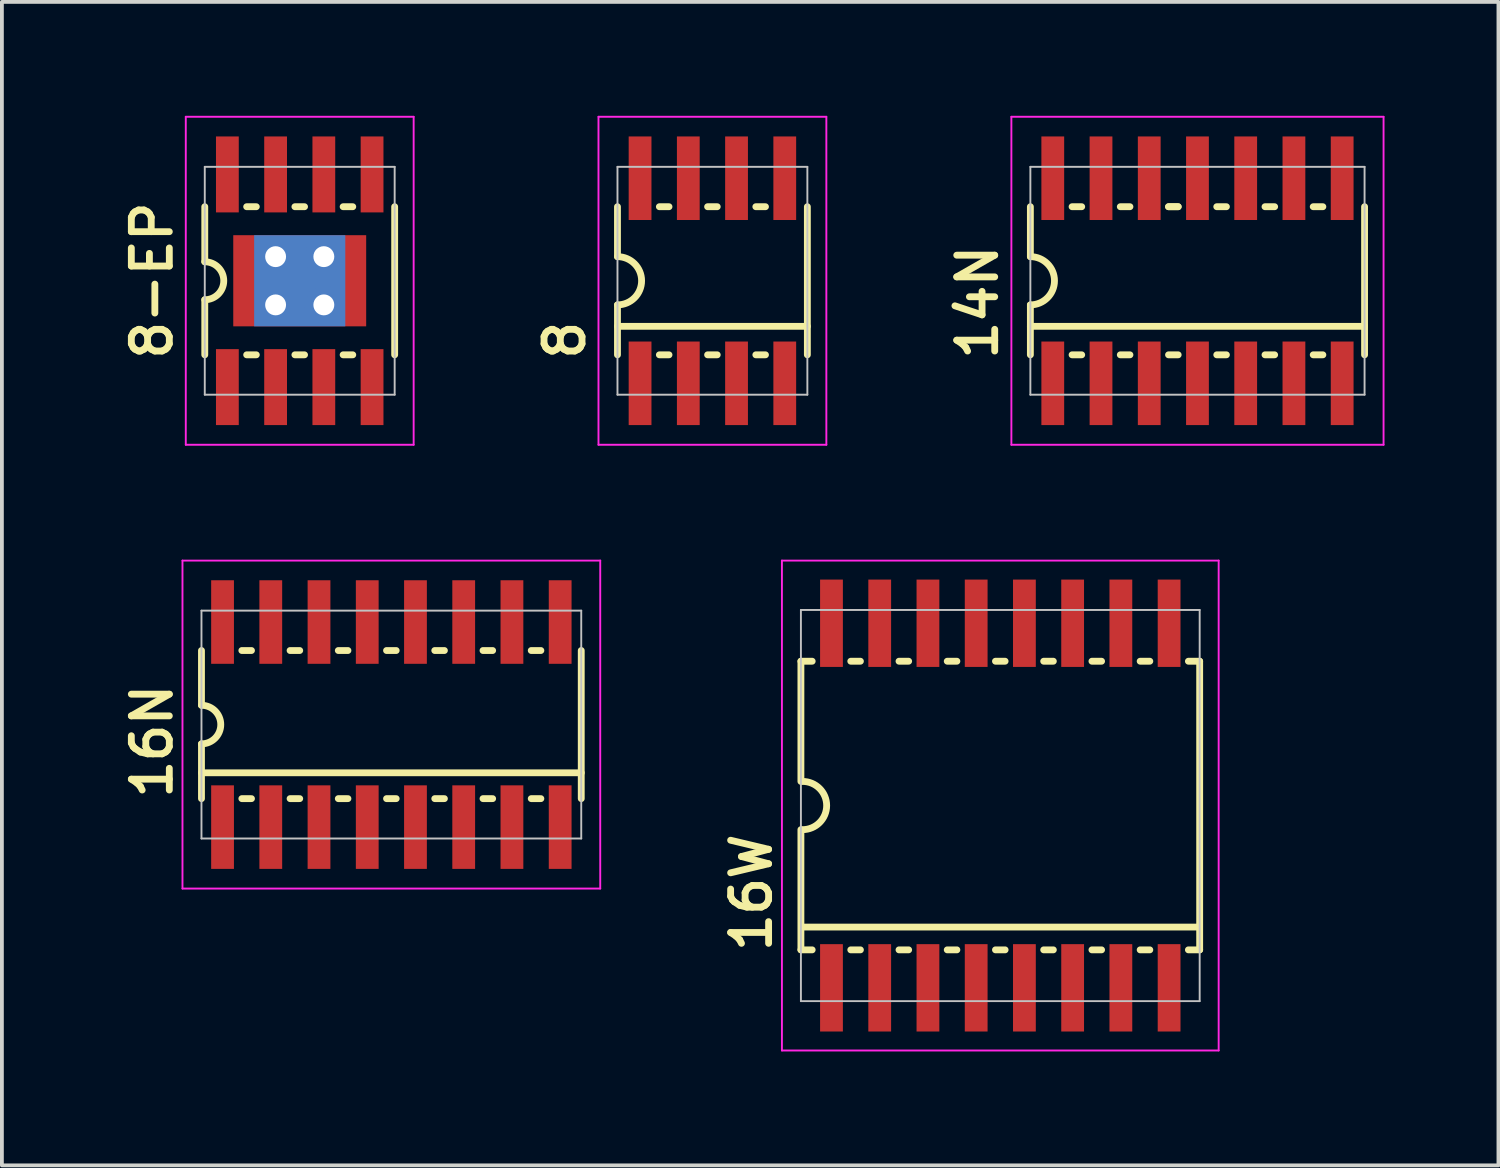
<source format=kicad_pcb>
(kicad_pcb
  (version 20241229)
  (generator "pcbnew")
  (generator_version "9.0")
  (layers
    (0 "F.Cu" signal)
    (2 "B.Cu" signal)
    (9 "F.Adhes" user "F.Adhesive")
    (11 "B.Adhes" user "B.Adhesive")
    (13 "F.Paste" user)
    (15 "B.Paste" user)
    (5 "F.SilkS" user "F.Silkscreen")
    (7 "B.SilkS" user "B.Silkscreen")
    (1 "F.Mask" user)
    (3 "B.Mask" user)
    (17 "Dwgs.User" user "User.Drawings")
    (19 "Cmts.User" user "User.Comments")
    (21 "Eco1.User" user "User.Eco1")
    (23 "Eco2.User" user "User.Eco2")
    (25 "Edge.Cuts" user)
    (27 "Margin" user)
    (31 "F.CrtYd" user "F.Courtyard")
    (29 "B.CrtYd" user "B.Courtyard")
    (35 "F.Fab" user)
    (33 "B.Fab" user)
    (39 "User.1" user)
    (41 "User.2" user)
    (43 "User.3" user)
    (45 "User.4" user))
  (footprint "8"
    (layer "F.Cu")
    (at 15.709 4.343)
    (property "Reference" "8" (at -3.302 2.159 90) (layer "F.SilkS") (effects (font (size 1 1) (thickness 0.18)) (justify left bottom)))
    (attr through_hole)
    (fp_line (start -2.5 -0.635) (end -2.5 -1.95) (stroke (width 0.18) (type solid)) (layer "F.SilkS"))
    (fp_line (start -2.5 1.95) (end -2.5 0.635) (stroke (width 0.18) (type solid)) (layer "F.SilkS"))
    (fp_line (start -1.397 -1.95) (end -1.143 -1.95) (stroke (width 0.18) (type solid)) (layer "F.SilkS"))
    (fp_line (start -1.397 1.95) (end -1.143 1.95) (stroke (width 0.18) (type solid)) (layer "F.SilkS"))
    (fp_line (start -0.127 -1.95) (end 0.127 -1.95) (stroke (width 0.18) (type solid)) (layer "F.SilkS"))
    (fp_line (start -0.127 1.95) (end 0.127 1.95) (stroke (width 0.18) (type solid)) (layer "F.SilkS"))
    (fp_line (start 1.143 -1.95) (end 1.397 -1.95) (stroke (width 0.18) (type solid)) (layer "F.SilkS"))
    (fp_line (start 1.143 1.95) (end 1.397 1.95) (stroke (width 0.18) (type solid)) (layer "F.SilkS"))
    (fp_line (start 2.5 -1.95) (end 2.5 1.95) (stroke (width 0.18) (type solid)) (layer "F.SilkS"))
    (fp_line (start 2.5 1.2) (end -2.5 1.2) (stroke (width 0.18) (type solid)) (layer "F.SilkS"))
    (fp_arc (start -2.5 -0.635) (mid -1.865 0) (end -2.5 0.635) (stroke (width 0.18) (type solid)) (layer "F.SilkS"))
    (fp_line (start -2.5 -3) (end -2.5 3) (stroke (width 0.05) (type solid)) (layer "Dwgs.User"))
    (fp_line (start -2.5 -3) (end 2.5 -3) (stroke (width 0.05) (type solid)) (layer "Dwgs.User"))
    (fp_line (start -2.5 3) (end 2.5 3) (stroke (width 0.05) (type solid)) (layer "Dwgs.User"))
    (fp_line (start 2.5 3) (end 2.5 -3) (stroke (width 0.05) (type solid)) (layer "Dwgs.User"))
    (fp_line (start -3 -4.318) (end 3 -4.318) (stroke (width 0.05) (type solid)) (layer "F.CrtYd"))
    (fp_line (start -3 4.318) (end -3 -4.318) (stroke (width 0.05) (type solid)) (layer "F.CrtYd"))
    (fp_line (start 3 -4.318) (end 3 4.318) (stroke (width 0.05) (type solid)) (layer "F.CrtYd"))
    (fp_line (start 3 4.318) (end -3 4.318) (stroke (width 0.05) (type solid)) (layer "F.CrtYd"))
    (pad "1" smd rect (at -1.905 2.7) (size 0.6 2.2) (layers "F.Cu" "F.Mask" "F.Paste"))
    (pad "2" smd rect (at -0.635 2.7) (size 0.6 2.2) (layers "F.Cu" "F.Mask" "F.Paste"))
    (pad "3" smd rect (at 0.635 2.7) (size 0.6 2.2) (layers "F.Cu" "F.Mask" "F.Paste"))
    (pad "4" smd rect (at 1.905 2.7) (size 0.6 2.2) (layers "F.Cu" "F.Mask" "F.Paste"))
    (pad "5" smd rect (at 1.905 -2.7) (size 0.6 2.2) (layers "F.Cu" "F.Mask" "F.Paste"))
    (pad "6" smd rect (at 0.635 -2.7) (size 0.6 2.2) (layers "F.Cu" "F.Mask" "F.Paste"))
    (pad "7" smd rect (at -0.635 -2.7) (size 0.6 2.2) (layers "F.Cu" "F.Mask" "F.Paste"))
    (pad "8" smd rect (at -1.905 -2.7) (size 0.6 2.2) (layers "F.Cu" "F.Mask" "F.Paste")))
  (footprint "16N"
    (layer "F.Cu")
    (at 7.255 16.029)
    (property "Reference" "16N" (at -5.715 2.032 90) (layer "F.SilkS") (effects (font (size 1 1) (thickness 0.18)) (justify left bottom)))
    (attr through_hole)
    (fp_line (start -5 -1.95) (end -5 -0.508) (stroke (width 0.18) (type solid)) (layer "F.SilkS"))
    (fp_line (start -5 0.508) (end -5 1.95) (stroke (width 0.18) (type solid)) (layer "F.SilkS"))
    (fp_line (start -5 1.27) (end 5 1.27) (stroke (width 0.18) (type solid)) (layer "F.SilkS"))
    (fp_line (start -3.937 -1.95) (end -3.683 -1.95) (stroke (width 0.18) (type solid)) (layer "F.SilkS"))
    (fp_line (start -3.937 1.95) (end -3.683 1.95) (stroke (width 0.18) (type solid)) (layer "F.SilkS"))
    (fp_line (start -2.667 -1.95) (end -2.413 -1.95) (stroke (width 0.18) (type solid)) (layer "F.SilkS"))
    (fp_line (start -2.667 1.95) (end -2.413 1.95) (stroke (width 0.18) (type solid)) (layer "F.SilkS"))
    (fp_line (start -1.397 -1.95) (end -1.143 -1.95) (stroke (width 0.18) (type solid)) (layer "F.SilkS"))
    (fp_line (start -1.397 1.95) (end -1.143 1.95) (stroke (width 0.18) (type solid)) (layer "F.SilkS"))
    (fp_line (start -0.127 -1.95) (end 0.127 -1.95) (stroke (width 0.18) (type solid)) (layer "F.SilkS"))
    (fp_line (start -0.127 1.95) (end 0.127 1.95) (stroke (width 0.18) (type solid)) (layer "F.SilkS"))
    (fp_line (start 1.143 -1.95) (end 1.397 -1.95) (stroke (width 0.18) (type solid)) (layer "F.SilkS"))
    (fp_line (start 1.143 1.95) (end 1.397 1.95) (stroke (width 0.18) (type solid)) (layer "F.SilkS"))
    (fp_line (start 2.413 -1.95) (end 2.667 -1.95) (stroke (width 0.18) (type solid)) (layer "F.SilkS"))
    (fp_line (start 2.413 1.95) (end 2.667 1.95) (stroke (width 0.18) (type solid)) (layer "F.SilkS"))
    (fp_line (start 3.683 -1.95) (end 3.937 -1.95) (stroke (width 0.18) (type solid)) (layer "F.SilkS"))
    (fp_line (start 3.683 1.95) (end 3.937 1.95) (stroke (width 0.18) (type solid)) (layer "F.SilkS"))
    (fp_line (start 5 1.95) (end 5 -1.95) (stroke (width 0.18) (type solid)) (layer "F.SilkS"))
    (fp_arc (start -5 -0.508) (mid -4.492 0) (end -5 0.508) (stroke (width 0.18) (type solid)) (layer "F.SilkS"))
    (fp_line (start -5 -3) (end 5 -3) (stroke (width 0.05) (type solid)) (layer "Dwgs.User"))
    (fp_line (start -5 3) (end -5 -3) (stroke (width 0.05) (type solid)) (layer "Dwgs.User"))
    (fp_line (start -5 3) (end 5 3) (stroke (width 0.05) (type solid)) (layer "Dwgs.User"))
    (fp_line (start 5 3) (end 5 -3) (stroke (width 0.05) (type solid)) (layer "Dwgs.User"))
    (fp_line (start -5.5 -4.318) (end 5.5 -4.318) (stroke (width 0.05) (type solid)) (layer "F.CrtYd"))
    (fp_line (start -5.5 4.318) (end -5.5 -4.318) (stroke (width 0.05) (type solid)) (layer "F.CrtYd"))
    (fp_line (start 5.5 -4.318) (end 5.5 4.318) (stroke (width 0.05) (type solid)) (layer "F.CrtYd"))
    (fp_line (start 5.5 4.318) (end -5.5 4.318) (stroke (width 0.05) (type solid)) (layer "F.CrtYd"))
    (pad "1" smd rect (at -4.445 2.7) (size 0.6 2.2) (layers "F.Cu" "F.Mask" "F.Paste"))
    (pad "2" smd rect (at -3.175 2.7) (size 0.6 2.2) (layers "F.Cu" "F.Mask" "F.Paste"))
    (pad "3" smd rect (at -1.905 2.7) (size 0.6 2.2) (layers "F.Cu" "F.Mask" "F.Paste"))
    (pad "4" smd rect (at -0.635 2.7) (size 0.6 2.2) (layers "F.Cu" "F.Mask" "F.Paste"))
    (pad "5" smd rect (at 0.635 2.7) (size 0.6 2.2) (layers "F.Cu" "F.Mask" "F.Paste"))
    (pad "6" smd rect (at 1.905 2.7) (size 0.6 2.2) (layers "F.Cu" "F.Mask" "F.Paste"))
    (pad "7" smd rect (at 3.175 2.7) (size 0.6 2.2) (layers "F.Cu" "F.Mask" "F.Paste"))
    (pad "8" smd rect (at 4.445 2.7) (size 0.6 2.2) (layers "F.Cu" "F.Mask" "F.Paste"))
    (pad "9" smd rect (at 4.445 -2.7) (size 0.6 2.2) (layers "F.Cu" "F.Mask" "F.Paste"))
    (pad "10" smd rect (at 3.175 -2.7) (size 0.6 2.2) (layers "F.Cu" "F.Mask" "F.Paste"))
    (pad "11" smd rect (at 1.905 -2.7) (size 0.6 2.2) (layers "F.Cu" "F.Mask" "F.Paste"))
    (pad "12" smd rect (at 0.635 -2.7) (size 0.6 2.2) (layers "F.Cu" "F.Mask" "F.Paste"))
    (pad "13" smd rect (at -0.635 -2.7) (size 0.6 2.2) (layers "F.Cu" "F.Mask" "F.Paste"))
    (pad "14" smd rect (at -1.905 -2.7) (size 0.6 2.2) (layers "F.Cu" "F.Mask" "F.Paste"))
    (pad "15" smd rect (at -3.175 -2.7) (size 0.6 2.2) (layers "F.Cu" "F.Mask" "F.Paste"))
    (pad "16" smd rect (at -4.445 -2.7) (size 0.6 2.2) (layers "F.Cu" "F.Mask" "F.Paste")))
  (footprint "8-EP"
    (layer "F.Cu")
    (at 4.842 4.343)
    (property "Reference" "8-EP" (at -3.302 2.159 90) (layer "F.SilkS") (effects (font (size 1 1) (thickness 0.18)) (justify left bottom)))
    (attr through_hole)
    (fp_line (start -2.5 -0.5) (end -2.5 -1.95) (stroke (width 0.18) (type solid)) (layer "F.SilkS"))
    (fp_line (start -2.5 1.95) (end -2.5 0.5) (stroke (width 0.18) (type solid)) (layer "F.SilkS"))
    (fp_line (start -1.397 -1.95) (end -1.143 -1.95) (stroke (width 0.18) (type solid)) (layer "F.SilkS"))
    (fp_line (start -1.397 1.95) (end -1.143 1.95) (stroke (width 0.18) (type solid)) (layer "F.SilkS"))
    (fp_line (start -0.127 -1.95) (end 0.127 -1.95) (stroke (width 0.18) (type solid)) (layer "F.SilkS"))
    (fp_line (start -0.127 1.95) (end 0.127 1.95) (stroke (width 0.18) (type solid)) (layer "F.SilkS"))
    (fp_line (start 1.143 -1.95) (end 1.397 -1.95) (stroke (width 0.18) (type solid)) (layer "F.SilkS"))
    (fp_line (start 1.143 1.95) (end 1.397 1.95) (stroke (width 0.18) (type solid)) (layer "F.SilkS"))
    (fp_line (start 2.5 -1.95) (end 2.5 1.95) (stroke (width 0.18) (type solid)) (layer "F.SilkS"))
    (fp_arc (start -2.5 -0.5) (mid -2 0) (end -2.5 0.5) (stroke (width 0.18) (type solid)) (layer "F.SilkS"))
    (fp_line (start -2.5 -3) (end -2.5 3) (stroke (width 0.05) (type solid)) (layer "Dwgs.User"))
    (fp_line (start -2.5 -3) (end 2.5 -3) (stroke (width 0.05) (type solid)) (layer "Dwgs.User"))
    (fp_line (start -2.5 3) (end 2.5 3) (stroke (width 0.05) (type solid)) (layer "Dwgs.User"))
    (fp_line (start 2.5 3) (end 2.5 -3) (stroke (width 0.05) (type solid)) (layer "Dwgs.User"))
    (fp_line (start -3 -4.318) (end 3 -4.318) (stroke (width 0.05) (type solid)) (layer "F.CrtYd"))
    (fp_line (start -3 4.318) (end -3 -4.318) (stroke (width 0.05) (type solid)) (layer "F.CrtYd"))
    (fp_line (start 3 -4.318) (end 3 4.318) (stroke (width 0.05) (type solid)) (layer "F.CrtYd"))
    (fp_line (start 3 4.318) (end -3 4.318) (stroke (width 0.05) (type solid)) (layer "F.CrtYd"))
    (pad "1" smd rect (at -1.905 2.8) (size 0.6 2) (layers "F.Cu" "F.Mask" "F.Paste"))
    (pad "2" smd rect (at -0.635 2.8) (size 0.6 2) (layers "F.Cu" "F.Mask" "F.Paste"))
    (pad "3" smd rect (at 0.635 2.8) (size 0.6 2) (layers "F.Cu" "F.Mask" "F.Paste"))
    (pad "4" smd rect (at 1.905 2.8) (size 0.6 2) (layers "F.Cu" "F.Mask" "F.Paste"))
    (pad "5" smd rect (at 1.905 -2.8) (size 0.6 2) (layers "F.Cu" "F.Mask" "F.Paste"))
    (pad "6" smd rect (at 0.635 -2.8) (size 0.6 2) (layers "F.Cu" "F.Mask" "F.Paste"))
    (pad "7" smd rect (at -0.635 -2.8) (size 0.6 2) (layers "F.Cu" "F.Mask" "F.Paste"))
    (pad "8" smd rect (at -1.905 -2.8) (size 0.6 2) (layers "F.Cu" "F.Mask" "F.Paste"))
    (pad "EP" thru_hole circle (at -0.635 -0.635) (size 1 1) (drill 0.55) (layers "*.Cu"))
    (pad "EP" thru_hole circle (at -0.635 0.635) (size 1 1) (drill 0.55) (layers "*.Cu"))
    (pad "EP" smd rect (at 0 0) (size 2.4 2.4) (layers "B.Cu" "B.Mask"))
    (pad "EP" smd rect (at 0 0) (size 3.5 2.4) (layers "F.Cu" "F.Mask" "F.Paste"))
    (pad "EP" thru_hole circle (at 0.635 -0.635) (size 1 1) (drill 0.55) (layers "*.Cu"))
    (pad "EP" thru_hole circle (at 0.635 0.635) (size 1 1) (drill 0.55) (layers "*.Cu")))
  (footprint "14N"
    (layer "F.Cu")
    (at 28.481 4.343)
    (property "Reference" "14N" (at -5.207 2.159 90) (layer "F.SilkS") (effects (font (size 1 1) (thickness 0.18)) (justify left bottom)))
    (attr through_hole)
    (fp_line (start -4.4 -0.635) (end -4.4 -1.95) (stroke (width 0.18) (type solid)) (layer "F.SilkS"))
    (fp_line (start -4.4 1.95) (end -4.4 0.635) (stroke (width 0.18) (type solid)) (layer "F.SilkS"))
    (fp_line (start -3.302 -1.95) (end -3.048 -1.95) (stroke (width 0.18) (type solid)) (layer "F.SilkS"))
    (fp_line (start -3.302 1.95) (end -3.048 1.95) (stroke (width 0.18) (type solid)) (layer "F.SilkS"))
    (fp_line (start -2.032 -1.95) (end -1.778 -1.95) (stroke (width 0.18) (type solid)) (layer "F.SilkS"))
    (fp_line (start -2.032 1.95) (end -1.778 1.95) (stroke (width 0.18) (type solid)) (layer "F.SilkS"))
    (fp_line (start -0.762 -1.95) (end -0.508 -1.95) (stroke (width 0.18) (type solid)) (layer "F.SilkS"))
    (fp_line (start -0.762 -1.95) (end -0.508 -1.95) (stroke (width 0.18) (type solid)) (layer "F.SilkS"))
    (fp_line (start -0.762 1.95) (end -0.508 1.95) (stroke (width 0.18) (type solid)) (layer "F.SilkS"))
    (fp_line (start 0.508 -1.95) (end 0.762 -1.95) (stroke (width 0.18) (type solid)) (layer "F.SilkS"))
    (fp_line (start 0.508 1.95) (end 0.762 1.95) (stroke (width 0.18) (type solid)) (layer "F.SilkS"))
    (fp_line (start 1.778 -1.95) (end 2.032 -1.95) (stroke (width 0.18) (type solid)) (layer "F.SilkS"))
    (fp_line (start 1.778 1.95) (end 2.032 1.95) (stroke (width 0.18) (type solid)) (layer "F.SilkS"))
    (fp_line (start 3.048 -1.95) (end 3.302 -1.95) (stroke (width 0.18) (type solid)) (layer "F.SilkS"))
    (fp_line (start 3.048 1.95) (end 3.302 1.95) (stroke (width 0.18) (type solid)) (layer "F.SilkS"))
    (fp_line (start 4.4 -1.95) (end 4.4 1.95) (stroke (width 0.18) (type solid)) (layer "F.SilkS"))
    (fp_line (start 4.4 1.2) (end -4.4 1.2) (stroke (width 0.18) (type solid)) (layer "F.SilkS"))
    (fp_arc (start -4.4 -0.635) (mid -3.765 0) (end -4.4 0.635) (stroke (width 0.18) (type solid)) (layer "F.SilkS"))
    (fp_line (start -4.4 -3) (end -4.4 3) (stroke (width 0.05) (type solid)) (layer "Dwgs.User"))
    (fp_line (start -4.4 -3) (end 4.4 -3) (stroke (width 0.05) (type solid)) (layer "Dwgs.User"))
    (fp_line (start -4.4 3) (end 4.4 3) (stroke (width 0.05) (type solid)) (layer "Dwgs.User"))
    (fp_line (start 4.4 3) (end 4.4 -3) (stroke (width 0.05) (type solid)) (layer "Dwgs.User"))
    (fp_line (start -4.9 -4.318) (end 4.9 -4.318) (stroke (width 0.05) (type solid)) (layer "F.CrtYd"))
    (fp_line (start -4.9 4.318) (end -4.9 -4.318) (stroke (width 0.05) (type solid)) (layer "F.CrtYd"))
    (fp_line (start 4.9 -4.318) (end 4.9 4.318) (stroke (width 0.05) (type solid)) (layer "F.CrtYd"))
    (fp_line (start 4.9 4.318) (end -4.9 4.318) (stroke (width 0.05) (type solid)) (layer "F.CrtYd"))
    (pad "1" smd rect (at -3.81 2.7) (size 0.6 2.2) (layers "F.Cu" "F.Mask" "F.Paste"))
    (pad "2" smd rect (at -2.54 2.7) (size 0.6 2.2) (layers "F.Cu" "F.Mask" "F.Paste"))
    (pad "3" smd rect (at -1.27 2.7) (size 0.6 2.2) (layers "F.Cu" "F.Mask" "F.Paste"))
    (pad "4" smd rect (at 0 2.7) (size 0.6 2.2) (layers "F.Cu" "F.Mask" "F.Paste"))
    (pad "5" smd rect (at 1.27 2.7) (size 0.6 2.2) (layers "F.Cu" "F.Mask" "F.Paste"))
    (pad "6" smd rect (at 2.54 2.7) (size 0.6 2.2) (layers "F.Cu" "F.Mask" "F.Paste"))
    (pad "7" smd rect (at 3.81 2.7) (size 0.6 2.2) (layers "F.Cu" "F.Mask" "F.Paste"))
    (pad "8" smd rect (at 3.81 -2.7) (size 0.6 2.2) (layers "F.Cu" "F.Mask" "F.Paste"))
    (pad "9" smd rect (at 2.54 -2.7) (size 0.6 2.2) (layers "F.Cu" "F.Mask" "F.Paste"))
    (pad "10" smd rect (at 1.27 -2.7) (size 0.6 2.2) (layers "F.Cu" "F.Mask" "F.Paste"))
    (pad "11" smd rect (at 0 -2.7) (size 0.6 2.2) (layers "F.Cu" "F.Mask" "F.Paste"))
    (pad "12" smd rect (at -1.27 -2.7) (size 0.6 2.2) (layers "F.Cu" "F.Mask" "F.Paste"))
    (pad "13" smd rect (at -2.54 -2.7) (size 0.6 2.2) (layers "F.Cu" "F.Mask" "F.Paste"))
    (pad "14" smd rect (at -3.81 -2.7) (size 0.6 2.2) (layers "F.Cu" "F.Mask" "F.Paste")))
  (footprint "16W"
    (layer "F.Cu")
    (at 23.289 18.161)
    (property "Reference" "16W" (at -5.969 3.937 90) (layer "F.SilkS") (effects (font (size 1 1) (thickness 0.18)) (justify left bottom)))
    (attr through_hole)
    (fp_line (start -5.25 -3.8) (end -5.25 -0.635) (stroke (width 0.18) (type solid)) (layer "F.SilkS"))
    (fp_line (start -5.25 -3.8) (end -4.953 -3.8) (stroke (width 0.18) (type solid)) (layer "F.SilkS"))
    (fp_line (start -5.25 3.8) (end -5.25 0.635) (stroke (width 0.18) (type solid)) (layer "F.SilkS"))
    (fp_line (start -5.25 3.8) (end -4.953 3.8) (stroke (width 0.18) (type solid)) (layer "F.SilkS"))
    (fp_line (start -3.937 -3.8) (end -3.683 -3.8) (stroke (width 0.18) (type solid)) (layer "F.SilkS"))
    (fp_line (start -3.937 3.8) (end -3.683 3.8) (stroke (width 0.18) (type solid)) (layer "F.SilkS"))
    (fp_line (start -2.667 -3.8) (end -2.413 -3.8) (stroke (width 0.18) (type solid)) (layer "F.SilkS"))
    (fp_line (start -2.667 3.8) (end -2.413 3.8) (stroke (width 0.18) (type solid)) (layer "F.SilkS"))
    (fp_line (start -1.397 -3.8) (end -1.143 -3.8) (stroke (width 0.18) (type solid)) (layer "F.SilkS"))
    (fp_line (start -1.397 3.8) (end -1.143 3.8) (stroke (width 0.18) (type solid)) (layer "F.SilkS"))
    (fp_line (start -0.127 -3.8) (end 0.127 -3.8) (stroke (width 0.18) (type solid)) (layer "F.SilkS"))
    (fp_line (start -0.127 3.8) (end 0.127 3.8) (stroke (width 0.18) (type solid)) (layer "F.SilkS"))
    (fp_line (start 1.143 -3.8) (end 1.397 -3.8) (stroke (width 0.18) (type solid)) (layer "F.SilkS"))
    (fp_line (start 1.143 3.8) (end 1.397 3.8) (stroke (width 0.18) (type solid)) (layer "F.SilkS"))
    (fp_line (start 2.413 -3.8) (end 2.667 -3.8) (stroke (width 0.18) (type solid)) (layer "F.SilkS"))
    (fp_line (start 2.413 3.8) (end 2.667 3.8) (stroke (width 0.18) (type solid)) (layer "F.SilkS"))
    (fp_line (start 3.683 -3.8) (end 3.937 -3.8) (stroke (width 0.18) (type solid)) (layer "F.SilkS"))
    (fp_line (start 3.683 3.8) (end 3.937 3.8) (stroke (width 0.18) (type solid)) (layer "F.SilkS"))
    (fp_line (start 4.953 -3.8) (end 5.25 -3.8) (stroke (width 0.18) (type solid)) (layer "F.SilkS"))
    (fp_line (start 4.953 3.8) (end 5.25 3.8) (stroke (width 0.18) (type solid)) (layer "F.SilkS"))
    (fp_line (start 5.182 3.2) (end -5.182 3.2) (stroke (width 0.18) (type solid)) (layer "F.SilkS"))
    (fp_line (start 5.25 -3.8) (end 5.25 3.8) (stroke (width 0.18) (type solid)) (layer "F.SilkS"))
    (fp_arc (start -5.207 -0.635) (mid -4.572 0) (end -5.207 0.635) (stroke (width 0.18) (type solid)) (layer "F.SilkS"))
    (fp_line (start -5.25 -5.15) (end 5.25 -5.15) (stroke (width 0.05) (type solid)) (layer "Dwgs.User"))
    (fp_line (start -5.25 5.15) (end -5.25 -5.15) (stroke (width 0.05) (type solid)) (layer "Dwgs.User"))
    (fp_line (start -5.25 5.15) (end 5.25 5.15) (stroke (width 0.05) (type solid)) (layer "Dwgs.User"))
    (fp_line (start 5.25 5.15) (end 5.25 -5.15) (stroke (width 0.05) (type solid)) (layer "Dwgs.User"))
    (fp_line (start -5.75 -6.45) (end 5.75 -6.45) (stroke (width 0.05) (type solid)) (layer "F.CrtYd"))
    (fp_line (start -5.75 6.45) (end -5.75 -6.45) (stroke (width 0.05) (type solid)) (layer "F.CrtYd"))
    (fp_line (start 5.75 -6.45) (end 5.75 6.45) (stroke (width 0.05) (type solid)) (layer "F.CrtYd"))
    (fp_line (start 5.75 6.45) (end -5.75 6.45) (stroke (width 0.05) (type solid)) (layer "F.CrtYd"))
    (pad "1" smd rect (at -4.445 4.8) (size 0.6 2.3) (layers "F.Cu" "F.Mask" "F.Paste"))
    (pad "2" smd rect (at -3.175 4.8) (size 0.6 2.3) (layers "F.Cu" "F.Mask" "F.Paste"))
    (pad "3" smd rect (at -1.905 4.8) (size 0.6 2.3) (layers "F.Cu" "F.Mask" "F.Paste"))
    (pad "4" smd rect (at -0.635 4.8) (size 0.6 2.3) (layers "F.Cu" "F.Mask" "F.Paste"))
    (pad "5" smd rect (at 0.635 4.8) (size 0.6 2.3) (layers "F.Cu" "F.Mask" "F.Paste"))
    (pad "6" smd rect (at 1.905 4.8) (size 0.6 2.3) (layers "F.Cu" "F.Mask" "F.Paste"))
    (pad "7" smd rect (at 3.175 4.8) (size 0.6 2.3) (layers "F.Cu" "F.Mask" "F.Paste"))
    (pad "8" smd rect (at 4.445 4.8) (size 0.6 2.3) (layers "F.Cu" "F.Mask" "F.Paste"))
    (pad "9" smd rect (at 4.445 -4.8) (size 0.6 2.3) (layers "F.Cu" "F.Mask" "F.Paste"))
    (pad "10" smd rect (at 3.175 -4.8) (size 0.6 2.3) (layers "F.Cu" "F.Mask" "F.Paste"))
    (pad "11" smd rect (at 1.905 -4.8) (size 0.6 2.3) (layers "F.Cu" "F.Mask" "F.Paste"))
    (pad "12" smd rect (at 0.635 -4.8) (size 0.6 2.3) (layers "F.Cu" "F.Mask" "F.Paste"))
    (pad "13" smd rect (at -0.635 -4.8) (size 0.6 2.3) (layers "F.Cu" "F.Mask" "F.Paste"))
    (pad "14" smd rect (at -1.905 -4.8) (size 0.6 2.3) (layers "F.Cu" "F.Mask" "F.Paste"))
    (pad "15" smd rect (at -3.175 -4.8) (size 0.6 2.3) (layers "F.Cu" "F.Mask" "F.Paste"))
    (pad "16" smd rect (at -4.445 -4.8) (size 0.6 2.3) (layers "F.Cu" "F.Mask" "F.Paste")))
  (gr_rect
    (start -3 -3)
    (end 36.406 27.636)
    (stroke (width 0.1) (type default))
    (fill no)
    (layer "Edge.Cuts")))
</source>
